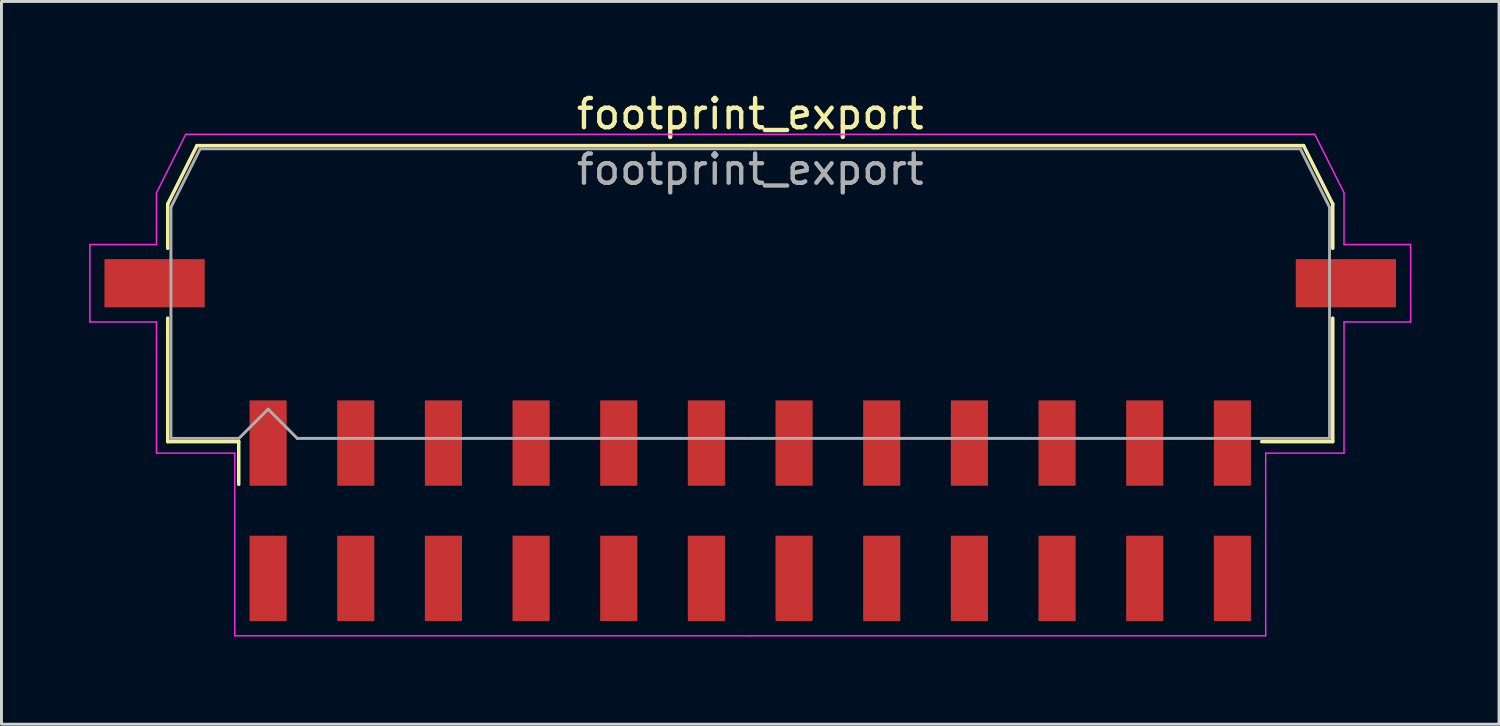
<source format=kicad_pcb>
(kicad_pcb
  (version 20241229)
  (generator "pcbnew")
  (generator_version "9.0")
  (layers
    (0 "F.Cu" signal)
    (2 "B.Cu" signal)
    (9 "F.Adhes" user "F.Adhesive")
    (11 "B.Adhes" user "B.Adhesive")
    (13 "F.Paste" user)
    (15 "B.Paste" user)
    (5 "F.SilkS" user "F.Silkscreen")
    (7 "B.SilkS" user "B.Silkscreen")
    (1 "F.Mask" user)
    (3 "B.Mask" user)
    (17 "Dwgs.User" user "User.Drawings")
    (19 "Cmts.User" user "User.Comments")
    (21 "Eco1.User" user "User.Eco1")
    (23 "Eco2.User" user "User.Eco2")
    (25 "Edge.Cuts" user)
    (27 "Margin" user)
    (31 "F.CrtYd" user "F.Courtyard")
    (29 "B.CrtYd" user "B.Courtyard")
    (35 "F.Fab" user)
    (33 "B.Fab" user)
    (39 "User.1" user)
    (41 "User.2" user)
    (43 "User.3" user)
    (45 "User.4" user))
  (footprint "footprint_export"
    (layer "F.Cu")
    (at 22.625 14.428)
    (property "Reference" "footprint_export" (at 0 -13.58 0) (layer "F.SilkS") (effects (font (size 1 1) (thickness 0.15))))
    (attr smd)
    (fp_line (start -19.935 -10.495) (end -19.935 -8.98) (stroke (width 0.12) (type solid)) (layer "F.SilkS"))
    (fp_line (start -19.935 -6.59) (end -19.935 -2.365) (stroke (width 0.12) (type solid)) (layer "F.SilkS"))
    (fp_line (start -19.935 -2.365) (end -17.505 -2.365) (stroke (width 0.12) (type solid)) (layer "F.SilkS"))
    (fp_line (start -18.935 -12.495) (end -19.935 -10.495) (stroke (width 0.12) (type solid)) (layer "F.SilkS"))
    (fp_line (start -17.505 -2.365) (end -17.505 -0.905) (stroke (width 0.12) (type solid)) (layer "F.SilkS"))
    (fp_line (start 0 -12.495) (end -18.935 -12.495) (stroke (width 0.12) (type solid)) (layer "F.SilkS"))
    (fp_line (start 0 -12.495) (end 18.935 -12.495) (stroke (width 0.12) (type solid)) (layer "F.SilkS"))
    (fp_line (start 18.935 -12.495) (end 19.935 -10.495) (stroke (width 0.12) (type solid)) (layer "F.SilkS"))
    (fp_line (start 19.935 -10.495) (end 19.935 -8.98) (stroke (width 0.12) (type solid)) (layer "F.SilkS"))
    (fp_line (start 19.935 -6.59) (end 19.935 -2.365) (stroke (width 0.12) (type solid)) (layer "F.SilkS"))
    (fp_line (start 19.935 -2.365) (end 17.505 -2.365) (stroke (width 0.12) (type solid)) (layer "F.SilkS"))
    (fp_line (start -22.6 -9.11) (end -22.6 -6.46) (stroke (width 0.05) (type solid)) (layer "F.CrtYd"))
    (fp_line (start -22.6 -6.46) (end -20.32 -6.46) (stroke (width 0.05) (type solid)) (layer "F.CrtYd"))
    (fp_line (start -20.32 -10.88) (end -20.32 -9.11) (stroke (width 0.05) (type solid)) (layer "F.CrtYd"))
    (fp_line (start -20.32 -9.11) (end -22.6 -9.11) (stroke (width 0.05) (type solid)) (layer "F.CrtYd"))
    (fp_line (start -20.32 -6.46) (end -20.32 -1.97) (stroke (width 0.05) (type solid)) (layer "F.CrtYd"))
    (fp_line (start -20.32 -1.97) (end -17.64 -1.97) (stroke (width 0.05) (type solid)) (layer "F.CrtYd"))
    (fp_line (start -19.32 -12.88) (end -20.32 -10.88) (stroke (width 0.05) (type solid)) (layer "F.CrtYd"))
    (fp_line (start -17.64 -1.97) (end -17.64 4.28) (stroke (width 0.05) (type solid)) (layer "F.CrtYd"))
    (fp_line (start -17.64 4.28) (end 0 4.28) (stroke (width 0.05) (type solid)) (layer "F.CrtYd"))
    (fp_line (start 0 -12.88) (end -19.32 -12.88) (stroke (width 0.05) (type solid)) (layer "F.CrtYd"))
    (fp_line (start 0 -12.88) (end 19.32 -12.88) (stroke (width 0.05) (type solid)) (layer "F.CrtYd"))
    (fp_line (start 17.64 -1.97) (end 17.64 4.28) (stroke (width 0.05) (type solid)) (layer "F.CrtYd"))
    (fp_line (start 17.64 4.28) (end 0 4.28) (stroke (width 0.05) (type solid)) (layer "F.CrtYd"))
    (fp_line (start 19.32 -12.88) (end 20.32 -10.88) (stroke (width 0.05) (type solid)) (layer "F.CrtYd"))
    (fp_line (start 20.32 -10.88) (end 20.32 -9.11) (stroke (width 0.05) (type solid)) (layer "F.CrtYd"))
    (fp_line (start 20.32 -9.11) (end 22.6 -9.11) (stroke (width 0.05) (type solid)) (layer "F.CrtYd"))
    (fp_line (start 20.32 -6.46) (end 20.32 -1.97) (stroke (width 0.05) (type solid)) (layer "F.CrtYd"))
    (fp_line (start 20.32 -1.97) (end 17.64 -1.97) (stroke (width 0.05) (type solid)) (layer "F.CrtYd"))
    (fp_line (start 22.6 -9.11) (end 22.6 -6.46) (stroke (width 0.05) (type solid)) (layer "F.CrtYd"))
    (fp_line (start 22.6 -6.46) (end 20.32 -6.46) (stroke (width 0.05) (type solid)) (layer "F.CrtYd"))
    (fp_line (start -19.825 -10.385) (end -19.825 -8.61) (stroke (width 0.1) (type solid)) (layer "F.Fab"))
    (fp_line (start -19.825 -8.61) (end -19.825 -2.475) (stroke (width 0.1) (type solid)) (layer "F.Fab"))
    (fp_line (start -19.825 -2.475) (end -17.5 -2.475) (stroke (width 0.1) (type solid)) (layer "F.Fab"))
    (fp_line (start -18.825 -12.385) (end -19.825 -10.385) (stroke (width 0.1) (type solid)) (layer "F.Fab"))
    (fp_line (start -17.5 -2.475) (end -16.5 -3.475) (stroke (width 0.1) (type solid)) (layer "F.Fab"))
    (fp_line (start -16.5 -3.475) (end -15.5 -2.475) (stroke (width 0.1) (type solid)) (layer "F.Fab"))
    (fp_line (start -15.5 -2.475) (end 0 -2.475) (stroke (width 0.1) (type solid)) (layer "F.Fab"))
    (fp_line (start 0 -12.385) (end -18.825 -12.385) (stroke (width 0.1) (type solid)) (layer "F.Fab"))
    (fp_line (start 0 -12.385) (end 18.825 -12.385) (stroke (width 0.1) (type solid)) (layer "F.Fab"))
    (fp_line (start 17.135 -2.475) (end 0 -2.475) (stroke (width 0.1) (type solid)) (layer "F.Fab"))
    (fp_line (start 18.825 -12.385) (end 19.825 -10.385) (stroke (width 0.1) (type solid)) (layer "F.Fab"))
    (fp_line (start 19.825 -10.385) (end 19.825 -8.61) (stroke (width 0.1) (type solid)) (layer "F.Fab"))
    (fp_line (start 19.825 -8.61) (end 19.825 -2.475) (stroke (width 0.1) (type solid)) (layer "F.Fab"))
    (fp_line (start 19.825 -2.475) (end 17.135 -2.475) (stroke (width 0.1) (type solid)) (layer "F.Fab"))
    (fp_text user "${REFERENCE}" (at 0 -11.68 0) (layer "F.Fab") (effects (font (size 1 1) (thickness 0.15))))
    (pad "1" smd rect (at -16.5 -2.315) (size 1.27 2.92) (layers "F.Cu" "F.Mask" "F.Paste"))
    (pad "2" smd rect (at -13.5 -2.315) (size 1.27 2.92) (layers "F.Cu" "F.Mask" "F.Paste"))
    (pad "3" smd rect (at -10.5 -2.315) (size 1.27 2.92) (layers "F.Cu" "F.Mask" "F.Paste"))
    (pad "4" smd rect (at -7.5 -2.315) (size 1.27 2.92) (layers "F.Cu" "F.Mask" "F.Paste"))
    (pad "5" smd rect (at -4.5 -2.315) (size 1.27 2.92) (layers "F.Cu" "F.Mask" "F.Paste"))
    (pad "6" smd rect (at -1.5 -2.315) (size 1.27 2.92) (layers "F.Cu" "F.Mask" "F.Paste"))
    (pad "7" smd rect (at 1.5 -2.315) (size 1.27 2.92) (layers "F.Cu" "F.Mask" "F.Paste"))
    (pad "8" smd rect (at 4.5 -2.315) (size 1.27 2.92) (layers "F.Cu" "F.Mask" "F.Paste"))
    (pad "9" smd rect (at 7.5 -2.315) (size 1.27 2.92) (layers "F.Cu" "F.Mask" "F.Paste"))
    (pad "10" smd rect (at 10.5 -2.315) (size 1.27 2.92) (layers "F.Cu" "F.Mask" "F.Paste"))
    (pad "11" smd rect (at 13.5 -2.315) (size 1.27 2.92) (layers "F.Cu" "F.Mask" "F.Paste"))
    (pad "12" smd rect (at 16.5 -2.315) (size 1.27 2.92) (layers "F.Cu" "F.Mask" "F.Paste"))
    (pad "13" smd rect (at -16.5 2.315) (size 1.27 2.92) (layers "F.Cu" "F.Mask" "F.Paste"))
    (pad "14" smd rect (at -13.5 2.315) (size 1.27 2.92) (layers "F.Cu" "F.Mask" "F.Paste"))
    (pad "15" smd rect (at -10.5 2.315) (size 1.27 2.92) (layers "F.Cu" "F.Mask" "F.Paste"))
    (pad "16" smd rect (at -7.5 2.315) (size 1.27 2.92) (layers "F.Cu" "F.Mask" "F.Paste"))
    (pad "17" smd rect (at -4.5 2.315) (size 1.27 2.92) (layers "F.Cu" "F.Mask" "F.Paste"))
    (pad "18" smd rect (at -1.5 2.315) (size 1.27 2.92) (layers "F.Cu" "F.Mask" "F.Paste"))
    (pad "19" smd rect (at 1.5 2.315) (size 1.27 2.92) (layers "F.Cu" "F.Mask" "F.Paste"))
    (pad "20" smd rect (at 4.5 2.315) (size 1.27 2.92) (layers "F.Cu" "F.Mask" "F.Paste"))
    (pad "21" smd rect (at 7.5 2.315) (size 1.27 2.92) (layers "F.Cu" "F.Mask" "F.Paste"))
    (pad "22" smd rect (at 10.5 2.315) (size 1.27 2.92) (layers "F.Cu" "F.Mask" "F.Paste"))
    (pad "23" smd rect (at 13.5 2.315) (size 1.27 2.92) (layers "F.Cu" "F.Mask" "F.Paste"))
    (pad "24" smd rect (at 16.5 2.315) (size 1.27 2.92) (layers "F.Cu" "F.Mask" "F.Paste"))
    (pad "MP" smd rect (at -20.385 -7.785) (size 3.43 1.65) (layers "F.Cu" "F.Mask" "F.Paste"))
    (pad "MP" smd rect (at 20.385 -7.785) (size 3.43 1.65) (layers "F.Cu" "F.Mask" "F.Paste")))
  (gr_rect
    (start -3 -3)
    (end 48.25 21.733)
    (stroke (width 0.1) (type default))
    (fill no)
    (layer "Edge.Cuts")))
</source>
